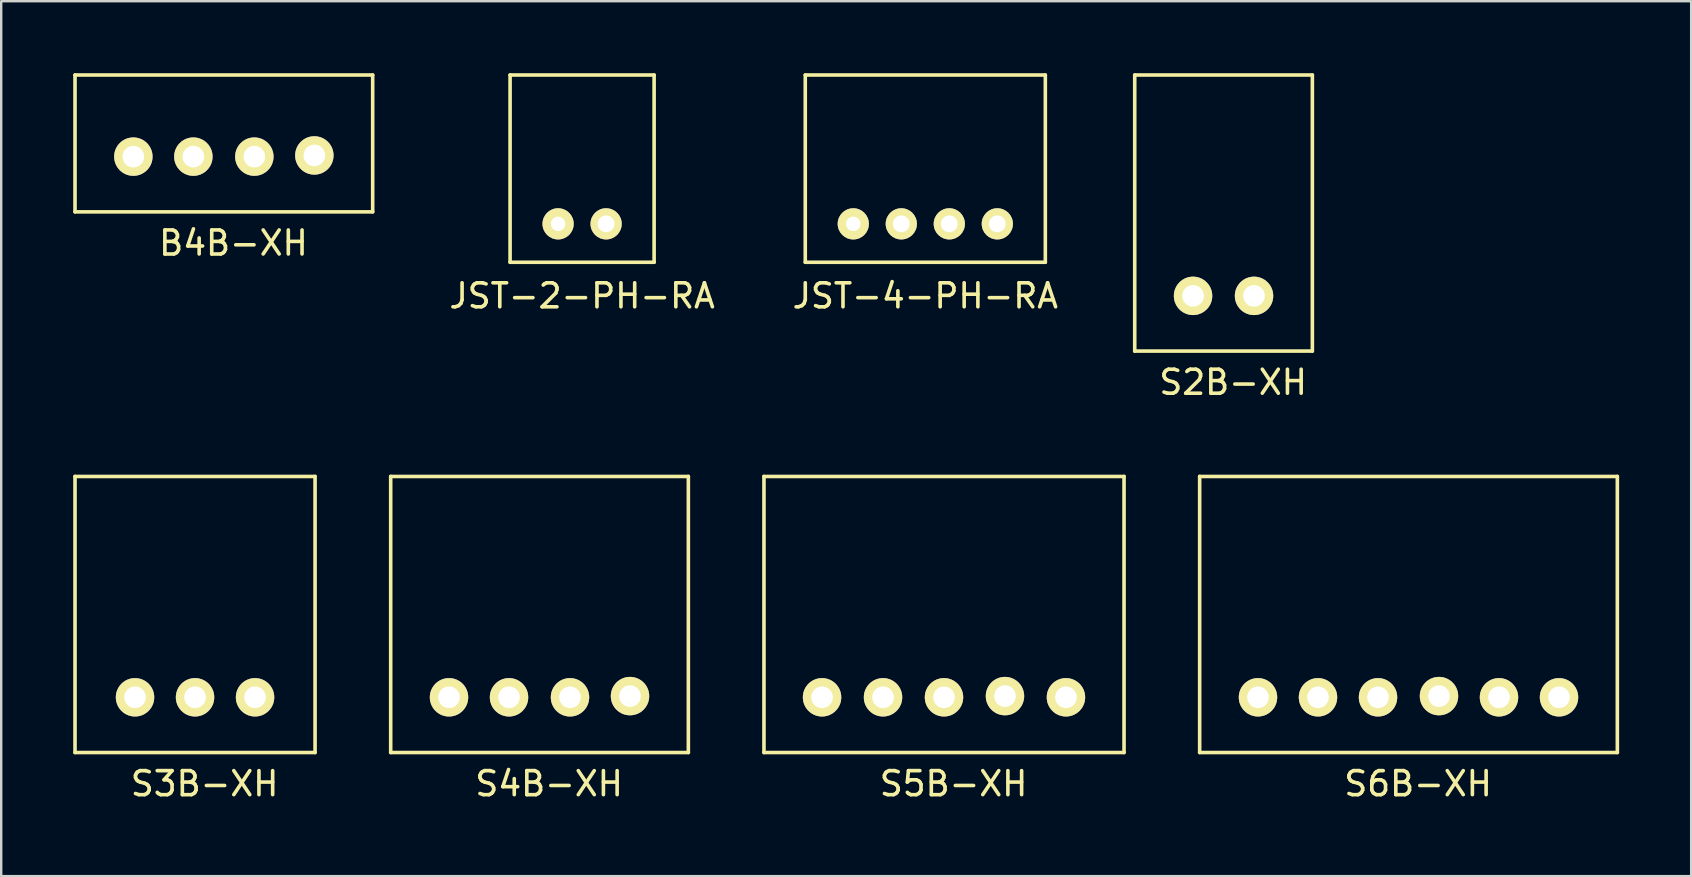
<source format=kicad_pcb>
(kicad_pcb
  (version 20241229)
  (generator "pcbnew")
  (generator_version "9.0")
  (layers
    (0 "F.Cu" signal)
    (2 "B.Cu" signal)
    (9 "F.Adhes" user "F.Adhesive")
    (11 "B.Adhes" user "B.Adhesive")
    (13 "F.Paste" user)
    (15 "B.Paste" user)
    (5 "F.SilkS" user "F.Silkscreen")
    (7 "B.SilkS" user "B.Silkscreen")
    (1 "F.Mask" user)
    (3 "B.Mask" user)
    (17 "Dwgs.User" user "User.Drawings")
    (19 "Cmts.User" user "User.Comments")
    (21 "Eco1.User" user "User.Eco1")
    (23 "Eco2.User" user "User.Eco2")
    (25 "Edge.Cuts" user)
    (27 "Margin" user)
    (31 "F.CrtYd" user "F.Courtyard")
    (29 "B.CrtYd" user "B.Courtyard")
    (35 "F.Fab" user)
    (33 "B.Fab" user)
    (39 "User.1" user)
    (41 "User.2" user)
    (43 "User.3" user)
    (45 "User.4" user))
  (footprint "S2B-XH"
    (layer "F.Cu")
    (at 47.92 9.275)
    (property "Reference" "S2B-XH" (at 0.4 3.6 0) (layer "F.SilkS") (effects (font (size 1 1) (thickness 0.15))))
    (attr through_hole)
    (fp_line (start -3.7 -9.2) (end 3.7 -9.2) (stroke (width 0.15) (type solid)) (layer "F.SilkS"))
    (fp_line (start -3.7 2.3) (end -3.7 -9.2) (stroke (width 0.15) (type solid)) (layer "F.SilkS"))
    (fp_line (start 3.7 -9.2) (end 3.7 2.3) (stroke (width 0.15) (type solid)) (layer "F.SilkS"))
    (fp_line (start 3.7 2.3) (end -3.7 2.3) (stroke (width 0.15) (type solid)) (layer "F.SilkS"))
    (pad "1" thru_hole circle (at -1.27 0) (size 1.6 1.6) (drill 0.9) (layers "*.Cu" "*.Mask" "F.SilkS"))
    (pad "2" thru_hole circle (at 1.27 0) (size 1.6 1.6) (drill 0.9) (layers "*.Cu" "*.Mask" "F.SilkS")))
  (footprint "JST-2-PH-RA"
    (layer "F.Cu")
    (at 21.199 6.275)
    (property "Reference" "JST-2-PH-RA" (at 0 3 0) (layer "F.SilkS") (effects (font (size 1 1) (thickness 0.15))))
    (attr through_hole)
    (fp_line (start -3 -6.2) (end -3 1.6) (stroke (width 0.15) (type solid)) (layer "F.SilkS"))
    (fp_line (start -3 1.6) (end 3 1.6) (stroke (width 0.15) (type solid)) (layer "F.SilkS"))
    (fp_line (start 3 -6.2) (end -3 -6.2) (stroke (width 0.15) (type solid)) (layer "F.SilkS"))
    (fp_line (start 3 1.6) (end 3 -6.2) (stroke (width 0.15) (type solid)) (layer "F.SilkS"))
    (pad "1" thru_hole circle (at -1 0) (size 1.3 1.3) (drill 0.6) (layers "*.Cu" "*.Mask" "F.SilkS"))
    (pad "2" thru_hole circle (at 1 0) (size 1.3 1.3) (drill 0.7) (layers "*.Cu" "*.Mask" "F.SilkS")))
  (footprint "S4B-XH"
    (layer "F.Cu")
    (at 19.425 25.998)
    (property "Reference" "S4B-XH" (at 0.4 3.6 0) (layer "F.SilkS") (effects (font (size 1 1) (thickness 0.15))))
    (attr through_hole)
    (fp_line (start -6.2 -9.2) (end 6.2 -9.2) (stroke (width 0.15) (type solid)) (layer "F.SilkS"))
    (fp_line (start -6.2 2.3) (end -6.2 -9.2) (stroke (width 0.15) (type solid)) (layer "F.SilkS"))
    (fp_line (start 6.2 -9.2) (end 6.2 2.3) (stroke (width 0.15) (type solid)) (layer "F.SilkS"))
    (fp_line (start 6.2 2.3) (end -6.2 2.3) (stroke (width 0.15) (type solid)) (layer "F.SilkS"))
    (pad "1" thru_hole circle (at -3.77 0) (size 1.6 1.6) (drill 0.9) (layers "*.Cu" "*.Mask" "F.SilkS"))
    (pad "2" thru_hole circle (at -1.27 0) (size 1.6 1.6) (drill 0.9) (layers "*.Cu" "*.Mask" "F.SilkS"))
    (pad "3" thru_hole circle (at 1.27 0) (size 1.6 1.6) (drill 0.9) (layers "*.Cu" "*.Mask" "F.SilkS"))
    (pad "4" thru_hole circle (at 3.77 -0.05) (size 1.6 1.6) (drill 0.9) (layers "*.Cu" "*.Mask" "F.SilkS")))
  (footprint "S3B-XH"
    (layer "F.Cu")
    (at 5.075 25.998)
    (property "Reference" "S3B-XH" (at 0.4 3.6 0) (layer "F.SilkS") (effects (font (size 1 1) (thickness 0.15))))
    (attr through_hole)
    (fp_line (start -5 -9.2) (end 5 -9.2) (stroke (width 0.15) (type solid)) (layer "F.SilkS"))
    (fp_line (start -5 2.3) (end -5 -9.2) (stroke (width 0.15) (type solid)) (layer "F.SilkS"))
    (fp_line (start 5 -9.2) (end 5 2.3) (stroke (width 0.15) (type solid)) (layer "F.SilkS"))
    (fp_line (start 5 2.3) (end -5 2.3) (stroke (width 0.15) (type solid)) (layer "F.SilkS"))
    (pad "1" thru_hole circle (at -2.5 0) (size 1.6 1.6) (drill 0.9) (layers "*.Cu" "*.Mask" "F.SilkS"))
    (pad "2" thru_hole circle (at 0 0) (size 1.6 1.6) (drill 0.9) (layers "*.Cu" "*.Mask" "F.SilkS"))
    (pad "3" thru_hole circle (at 2.5 0) (size 1.6 1.6) (drill 0.9) (layers "*.Cu" "*.Mask" "F.SilkS")))
  (footprint "S5B-XH"
    (layer "F.Cu")
    (at 36.275 25.998)
    (property "Reference" "S5B-XH" (at 0.4 3.6 0) (layer "F.SilkS") (effects (font (size 1 1) (thickness 0.15))))
    (attr through_hole)
    (fp_line (start -7.5 -9.2) (end 7.5 -9.2) (stroke (width 0.15) (type solid)) (layer "F.SilkS"))
    (fp_line (start -7.5 2.3) (end -7.5 -9.2) (stroke (width 0.15) (type solid)) (layer "F.SilkS"))
    (fp_line (start 7.5 -9.2) (end 7.5 2.3) (stroke (width 0.15) (type solid)) (layer "F.SilkS"))
    (fp_line (start 7.5 2.3) (end -7.5 2.3) (stroke (width 0.15) (type solid)) (layer "F.SilkS"))
    (pad "1" thru_hole circle (at -5.08 0) (size 1.6 1.6) (drill 0.9) (layers "*.Cu" "*.Mask" "F.SilkS"))
    (pad "2" thru_hole circle (at -2.54 0) (size 1.6 1.6) (drill 0.9) (layers "*.Cu" "*.Mask" "F.SilkS"))
    (pad "3" thru_hole circle (at 0 0) (size 1.6 1.6) (drill 0.9) (layers "*.Cu" "*.Mask" "F.SilkS"))
    (pad "4" thru_hole circle (at 2.54 -0.05) (size 1.6 1.6) (drill 0.9) (layers "*.Cu" "*.Mask" "F.SilkS"))
    (pad "5" thru_hole circle (at 5.08 0) (size 1.6 1.6) (drill 0.9) (layers "*.Cu" "*.Mask" "F.SilkS")))
  (footprint "JST-4-PH-RA"
    (layer "F.Cu")
    (at 35.496 6.275)
    (property "Reference" "JST-4-PH-RA" (at 0 3 0) (layer "F.SilkS") (effects (font (size 1 1) (thickness 0.15))))
    (attr through_hole)
    (fp_line (start -5 -6.2) (end -5 1.6) (stroke (width 0.15) (type solid)) (layer "F.SilkS"))
    (fp_line (start -5 -6.2) (end 5 -6.2) (stroke (width 0.15) (type solid)) (layer "F.SilkS"))
    (fp_line (start -5 1.6) (end 5 1.6) (stroke (width 0.15) (type solid)) (layer "F.SilkS"))
    (fp_line (start 5 1.6) (end 5 -6.2) (stroke (width 0.15) (type solid)) (layer "F.SilkS"))
    (pad "1" thru_hole circle (at -3 0) (size 1.3 1.3) (drill 0.6) (layers "*.Cu" "*.Mask" "F.SilkS"))
    (pad "2" thru_hole circle (at -1 0) (size 1.3 1.3) (drill 0.7) (layers "*.Cu" "*.Mask" "F.SilkS"))
    (pad "3" thru_hole circle (at 1 0) (size 1.3 1.3) (drill 0.7) (layers "*.Cu" "*.Mask" "F.SilkS"))
    (pad "4" thru_hole circle (at 3 0) (size 1.3 1.3) (drill 0.7) (layers "*.Cu" "*.Mask" "F.SilkS")))
  (footprint "S6B-XH"
    (layer "F.Cu")
    (at 55.625 25.998)
    (property "Reference" "S6B-XH" (at 0.4 3.6 0) (layer "F.SilkS") (effects (font (size 1 1) (thickness 0.15))))
    (attr through_hole)
    (fp_line (start -8.7 -9.2) (end 8.7 -9.2) (stroke (width 0.15) (type solid)) (layer "F.SilkS"))
    (fp_line (start -8.7 2.3) (end -8.7 -9.2) (stroke (width 0.15) (type solid)) (layer "F.SilkS"))
    (fp_line (start 8.7 -9.2) (end 8.7 2.3) (stroke (width 0.15) (type solid)) (layer "F.SilkS"))
    (fp_line (start 8.7 2.3) (end -8.7 2.3) (stroke (width 0.15) (type solid)) (layer "F.SilkS"))
    (pad "1" thru_hole circle (at -6.27 0) (size 1.6 1.6) (drill 0.9) (layers "*.Cu" "*.Mask" "F.SilkS"))
    (pad "2" thru_hole circle (at -3.77 0) (size 1.6 1.6) (drill 0.9) (layers "*.Cu" "*.Mask" "F.SilkS"))
    (pad "3" thru_hole circle (at -1.27 0) (size 1.6 1.6) (drill 0.9) (layers "*.Cu" "*.Mask" "F.SilkS"))
    (pad "4" thru_hole circle (at 1.27 -0.05) (size 1.6 1.6) (drill 0.9) (layers "*.Cu" "*.Mask" "F.SilkS"))
    (pad "5" thru_hole circle (at 3.77 0) (size 1.6 1.6) (drill 0.9) (layers "*.Cu" "*.Mask" "F.SilkS"))
    (pad "6" thru_hole circle (at 6.27 0) (size 1.6 1.6) (drill 0.9) (layers "*.Cu" "*.Mask" "F.SilkS")))
  (footprint "B4B-XH"
    (layer "F.Cu")
    (at 6.275 3.475)
    (property "Reference" "B4B-XH" (at 0.4 3.6 0) (layer "F.SilkS") (effects (font (size 1 1) (thickness 0.15))))
    (attr through_hole)
    (fp_line (start -6.2 -3.4) (end 6.2 -3.4) (stroke (width 0.15) (type solid)) (layer "F.SilkS"))
    (fp_line (start -6.2 2.3) (end -6.2 -3.4) (stroke (width 0.15) (type solid)) (layer "F.SilkS"))
    (fp_line (start 6.2 -3.4) (end 6.2 2.3) (stroke (width 0.15) (type solid)) (layer "F.SilkS"))
    (fp_line (start 6.2 2.3) (end -6.2 2.3) (stroke (width 0.15) (type solid)) (layer "F.SilkS"))
    (pad "1" thru_hole circle (at -3.77 0) (size 1.6 1.6) (drill 0.9) (layers "*.Cu" "*.Mask" "F.SilkS"))
    (pad "2" thru_hole circle (at -1.27 0) (size 1.6 1.6) (drill 0.9) (layers "*.Cu" "*.Mask" "F.SilkS"))
    (pad "3" thru_hole circle (at 1.27 0) (size 1.6 1.6) (drill 0.9) (layers "*.Cu" "*.Mask" "F.SilkS"))
    (pad "4" thru_hole circle (at 3.77 -0.05) (size 1.6 1.6) (drill 0.9) (layers "*.Cu" "*.Mask" "F.SilkS")))
  (gr_rect
    (start -3 -3)
    (end 67.4 33.447)
    (stroke (width 0.1) (type default))
    (fill no)
    (layer "Edge.Cuts")))
</source>
